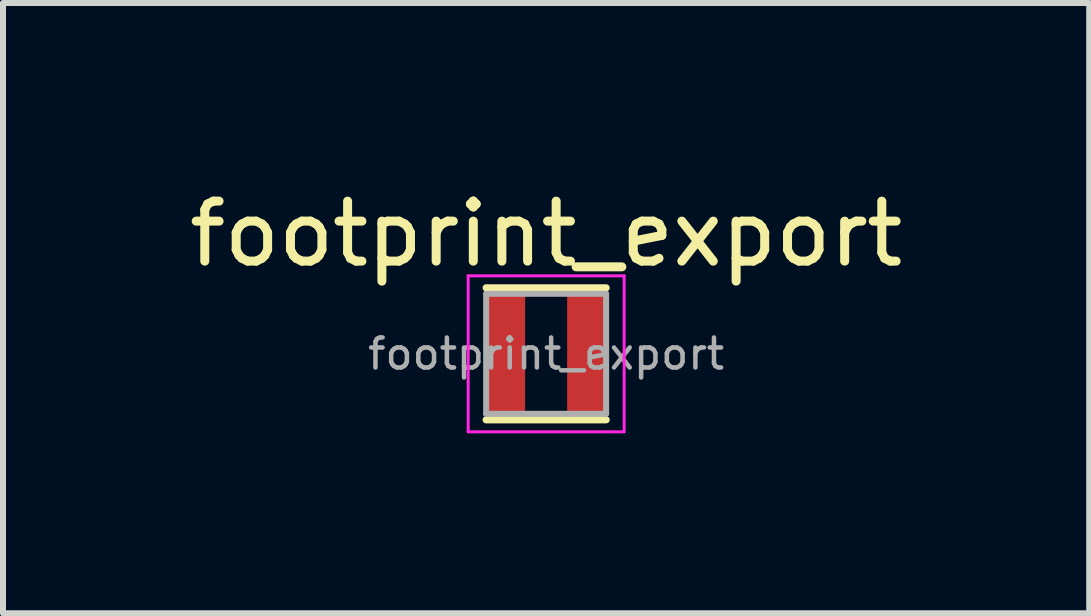
<source format=kicad_pcb>
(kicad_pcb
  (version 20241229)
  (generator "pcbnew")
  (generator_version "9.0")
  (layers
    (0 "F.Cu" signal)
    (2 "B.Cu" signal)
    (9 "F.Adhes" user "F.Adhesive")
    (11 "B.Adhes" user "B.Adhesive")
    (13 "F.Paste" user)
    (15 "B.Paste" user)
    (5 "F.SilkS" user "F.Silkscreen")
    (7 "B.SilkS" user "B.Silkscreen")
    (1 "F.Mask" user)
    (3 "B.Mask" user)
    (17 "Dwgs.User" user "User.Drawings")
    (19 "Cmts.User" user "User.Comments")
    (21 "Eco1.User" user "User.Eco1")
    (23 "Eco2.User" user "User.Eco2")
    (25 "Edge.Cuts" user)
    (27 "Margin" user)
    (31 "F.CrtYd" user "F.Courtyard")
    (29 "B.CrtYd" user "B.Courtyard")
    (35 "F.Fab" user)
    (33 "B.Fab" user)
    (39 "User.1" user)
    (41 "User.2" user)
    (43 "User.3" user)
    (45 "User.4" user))
  (footprint "footprint_export"
    (layer "F.Cu")
    (at 6.054 2.848)
    (property "Reference" "footprint_export" (at 0 -2 0) (layer "F.SilkS") (effects (font (size 1 1) (thickness 0.15))))
    (attr smd)
    (fp_line (start -1 -1.1) (end 1 -1.1) (stroke (width 0.12) (type solid)) (layer "F.SilkS"))
    (fp_line (start -1 1.1) (end 1 1.1) (stroke (width 0.12) (type solid)) (layer "F.SilkS"))
    (fp_line (start -1.3 -1.3) (end -1.3 1.3) (stroke (width 0.05) (type solid)) (layer "F.CrtYd"))
    (fp_line (start -1.3 1.3) (end 1.3 1.3) (stroke (width 0.05) (type solid)) (layer "F.CrtYd"))
    (fp_line (start 1.3 -1.3) (end -1.3 -1.3) (stroke (width 0.05) (type solid)) (layer "F.CrtYd"))
    (fp_line (start 1.3 1.3) (end 1.3 -1.3) (stroke (width 0.05) (type solid)) (layer "F.CrtYd"))
    (fp_line (start -1 -1) (end -1 1) (stroke (width 0.1) (type solid)) (layer "F.Fab"))
    (fp_line (start -1 1) (end 1 1) (stroke (width 0.1) (type solid)) (layer "F.Fab"))
    (fp_line (start 1 -1) (end -1 -1) (stroke (width 0.1) (type solid)) (layer "F.Fab"))
    (fp_line (start 1 1) (end 1 -1) (stroke (width 0.1) (type solid)) (layer "F.Fab"))
    (fp_text user "${REFERENCE}" (at 0 0 0) (layer "F.Fab") (effects (font (size 0.5 0.5) (thickness 0.075))))
    (pad "1" smd rect (at -0.675 0) (size 0.65 2) (layers "F.Cu" "F.Mask" "F.Paste"))
    (pad "2" smd rect (at 0.675 0) (size 0.65 2) (layers "F.Cu" "F.Mask" "F.Paste")))
  (gr_rect
    (start -3 -3)
    (end 15.107 7.173)
    (stroke (width 0.1) (type default))
    (fill no)
    (layer "Edge.Cuts")))
</source>
